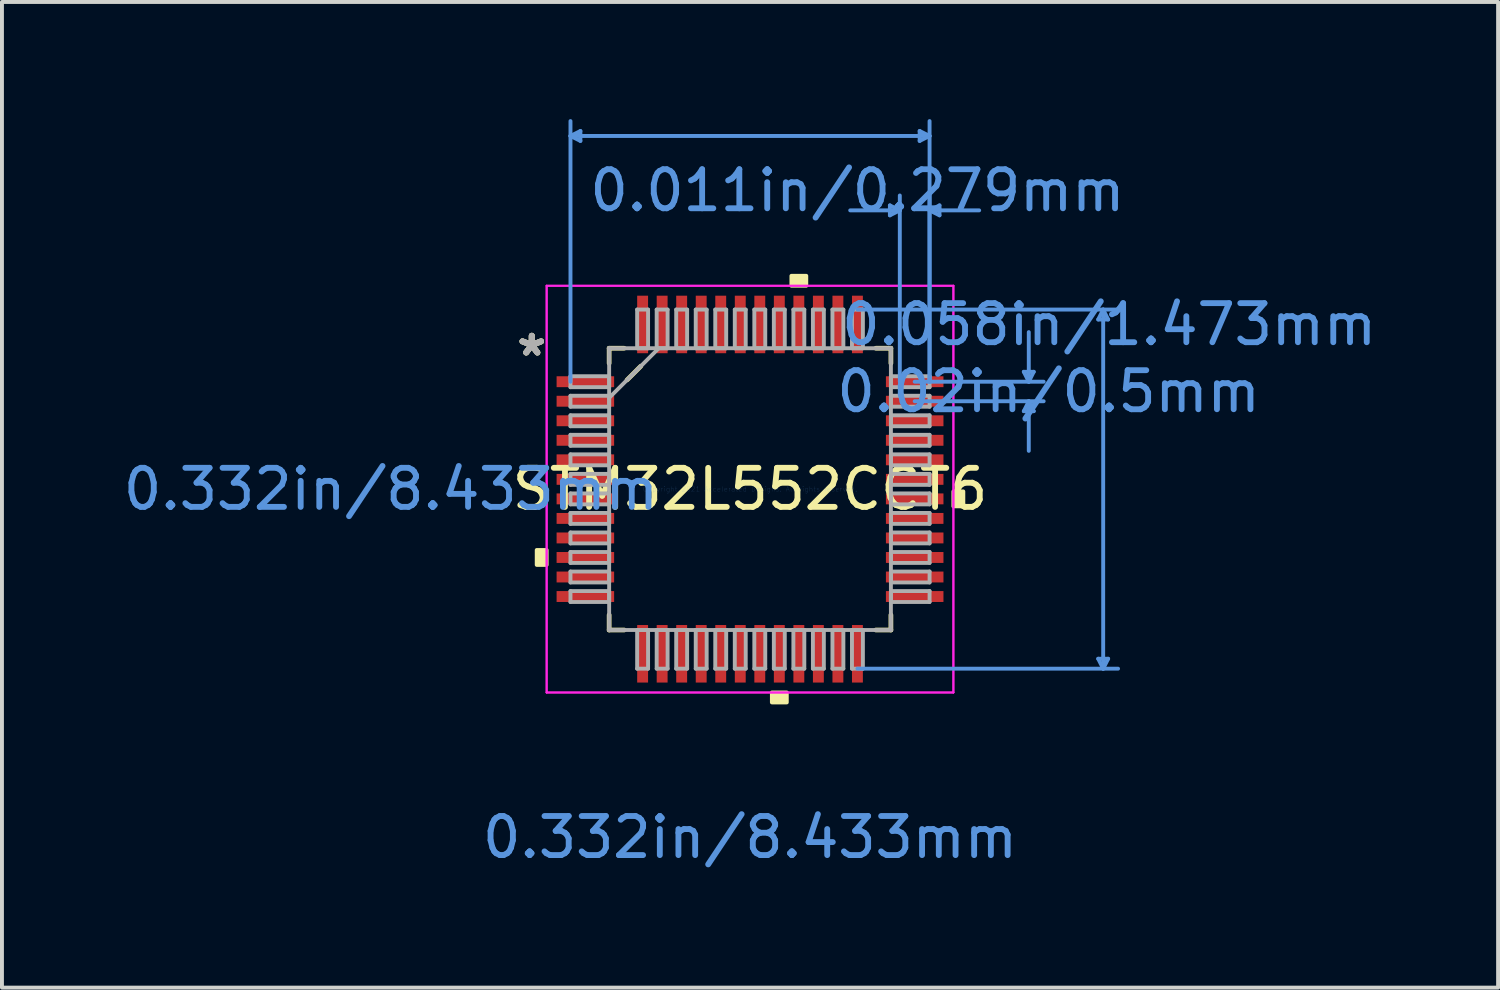
<source format=kicad_pcb>
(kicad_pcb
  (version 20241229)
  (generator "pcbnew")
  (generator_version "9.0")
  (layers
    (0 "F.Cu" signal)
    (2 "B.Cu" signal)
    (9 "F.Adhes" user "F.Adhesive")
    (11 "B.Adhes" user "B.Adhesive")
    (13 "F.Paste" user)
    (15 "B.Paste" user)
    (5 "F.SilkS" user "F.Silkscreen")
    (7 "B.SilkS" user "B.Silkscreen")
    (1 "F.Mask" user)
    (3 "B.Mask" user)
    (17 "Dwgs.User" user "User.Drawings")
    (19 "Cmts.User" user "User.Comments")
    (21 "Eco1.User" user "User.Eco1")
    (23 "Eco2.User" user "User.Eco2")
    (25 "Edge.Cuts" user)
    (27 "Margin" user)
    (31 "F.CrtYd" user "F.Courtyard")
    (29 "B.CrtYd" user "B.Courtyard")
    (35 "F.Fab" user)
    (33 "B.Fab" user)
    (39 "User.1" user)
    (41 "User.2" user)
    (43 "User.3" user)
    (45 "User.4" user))
  (footprint "STM32L552CCT6"
    (layer "F.Cu")
    (at 16.153 9.473)
    (property "Reference" "STM32L552CCT6" (at 0 0 0) (layer "F.SilkS") (effects (font (size 1 1) (thickness 0.15))))
    (attr through_hole)
    (fp_line (start -3.607 -3.607) (end -3.607 -3.222) (stroke (width 0.12) (type solid)) (layer "F.SilkS"))
    (fp_line (start -3.607 3.222) (end -3.607 3.607) (stroke (width 0.12) (type solid)) (layer "F.SilkS"))
    (fp_line (start -3.607 3.607) (end -3.222 3.607) (stroke (width 0.12) (type solid)) (layer "F.SilkS"))
    (fp_line (start -3.222 -3.607) (end -3.607 -3.607) (stroke (width 0.12) (type solid)) (layer "F.SilkS"))
    (fp_line (start -3.147 -2.797) (end -2.797 -3.147) (stroke (width 0.12) (type solid)) (layer "F.SilkS"))
    (fp_line (start 3.222 3.607) (end 3.607 3.607) (stroke (width 0.12) (type solid)) (layer "F.SilkS"))
    (fp_line (start 3.607 -3.607) (end 3.222 -3.607) (stroke (width 0.12) (type solid)) (layer "F.SilkS"))
    (fp_line (start 3.607 -3.222) (end 3.607 -3.607) (stroke (width 0.12) (type solid)) (layer "F.SilkS"))
    (fp_line (start 3.607 3.607) (end 3.607 3.222) (stroke (width 0.12) (type solid)) (layer "F.SilkS"))
    (fp_poly (pts (xy -5.461 1.559) (xy -5.461 1.94) (xy -5.207 1.94) (xy -5.207 1.559)) (stroke (width 0.1) (type solid)) (fill yes) (layer "F.SilkS"))
    (fp_poly (pts (xy 0.56 5.207) (xy 0.56 5.461) (xy 0.941 5.461) (xy 0.941 5.207)) (stroke (width 0.1) (type solid)) (fill yes) (layer "F.SilkS"))
    (fp_poly (pts (xy 1.06 -5.207) (xy 1.06 -5.461) (xy 1.44 -5.461) (xy 1.44 -5.207)) (stroke (width 0.1) (type solid)) (fill yes) (layer "F.SilkS"))
    (fp_poly (pts (xy 5.461 0.059) (xy 5.461 0.441) (xy 5.207 0.441) (xy 5.207 0.059)) (stroke (width 0.1) (type solid)) (fill yes) (layer "F.SilkS"))
    (fp_line (start -4.597 -9.042) (end -4.343 -9.169) (stroke (width 0.1) (type solid)) (layer "Cmts.User"))
    (fp_line (start -4.597 -9.042) (end -4.343 -8.915) (stroke (width 0.1) (type solid)) (layer "Cmts.User"))
    (fp_line (start -4.597 -9.042) (end 4.597 -9.042) (stroke (width 0.1) (type solid)) (layer "Cmts.User"))
    (fp_line (start -4.597 -2.75) (end -4.597 -9.423) (stroke (width 0.1) (type solid)) (layer "Cmts.User"))
    (fp_line (start -4.343 -9.169) (end -4.343 -8.915) (stroke (width 0.1) (type solid)) (layer "Cmts.User"))
    (fp_line (start 2.75 -4.597) (end 9.423 -4.597) (stroke (width 0.1) (type solid)) (layer "Cmts.User"))
    (fp_line (start 2.75 4.597) (end 9.423 4.597) (stroke (width 0.1) (type solid)) (layer "Cmts.User"))
    (fp_line (start 3.581 -7.264) (end 3.581 -7.01) (stroke (width 0.1) (type solid)) (layer "Cmts.User"))
    (fp_line (start 3.835 -7.137) (end 2.565 -7.137) (stroke (width 0.1) (type solid)) (layer "Cmts.User"))
    (fp_line (start 3.835 -7.137) (end 3.581 -7.264) (stroke (width 0.1) (type solid)) (layer "Cmts.User"))
    (fp_line (start 3.835 -7.137) (end 3.581 -7.01) (stroke (width 0.1) (type solid)) (layer "Cmts.User"))
    (fp_line (start 3.835 -2.75) (end 3.835 -7.518) (stroke (width 0.1) (type solid)) (layer "Cmts.User"))
    (fp_line (start 4.216 -2.75) (end 7.518 -2.75) (stroke (width 0.1) (type solid)) (layer "Cmts.User"))
    (fp_line (start 4.216 -2.25) (end 7.518 -2.25) (stroke (width 0.1) (type solid)) (layer "Cmts.User"))
    (fp_line (start 4.343 -9.169) (end 4.343 -8.915) (stroke (width 0.1) (type solid)) (layer "Cmts.User"))
    (fp_line (start 4.597 -9.042) (end 4.343 -9.169) (stroke (width 0.1) (type solid)) (layer "Cmts.User"))
    (fp_line (start 4.597 -9.042) (end 4.343 -8.915) (stroke (width 0.1) (type solid)) (layer "Cmts.User"))
    (fp_line (start 4.597 -7.137) (end 4.851 -7.264) (stroke (width 0.1) (type solid)) (layer "Cmts.User"))
    (fp_line (start 4.597 -7.137) (end 4.851 -7.01) (stroke (width 0.1) (type solid)) (layer "Cmts.User"))
    (fp_line (start 4.597 -7.137) (end 5.867 -7.137) (stroke (width 0.1) (type solid)) (layer "Cmts.User"))
    (fp_line (start 4.597 -2.75) (end 4.597 -9.423) (stroke (width 0.1) (type solid)) (layer "Cmts.User"))
    (fp_line (start 4.597 -2.75) (end 4.597 -7.518) (stroke (width 0.1) (type solid)) (layer "Cmts.User"))
    (fp_line (start 4.851 -7.264) (end 4.851 -7.01) (stroke (width 0.1) (type solid)) (layer "Cmts.User"))
    (fp_line (start 7.01 -3.004) (end 7.264 -3.004) (stroke (width 0.1) (type solid)) (layer "Cmts.User"))
    (fp_line (start 7.01 -1.996) (end 7.264 -1.996) (stroke (width 0.1) (type solid)) (layer "Cmts.User"))
    (fp_line (start 7.137 -2.75) (end 7.01 -3.004) (stroke (width 0.1) (type solid)) (layer "Cmts.User"))
    (fp_line (start 7.137 -2.75) (end 7.137 -4.02) (stroke (width 0.1) (type solid)) (layer "Cmts.User"))
    (fp_line (start 7.137 -2.75) (end 7.264 -3.004) (stroke (width 0.1) (type solid)) (layer "Cmts.User"))
    (fp_line (start 7.137 -2.25) (end 7.01 -1.996) (stroke (width 0.1) (type solid)) (layer "Cmts.User"))
    (fp_line (start 7.137 -2.25) (end 7.137 -0.98) (stroke (width 0.1) (type solid)) (layer "Cmts.User"))
    (fp_line (start 7.137 -2.25) (end 7.264 -1.996) (stroke (width 0.1) (type solid)) (layer "Cmts.User"))
    (fp_line (start 8.915 -4.343) (end 9.169 -4.343) (stroke (width 0.1) (type solid)) (layer "Cmts.User"))
    (fp_line (start 8.915 4.343) (end 9.169 4.343) (stroke (width 0.1) (type solid)) (layer "Cmts.User"))
    (fp_line (start 9.042 -4.597) (end 8.915 -4.343) (stroke (width 0.1) (type solid)) (layer "Cmts.User"))
    (fp_line (start 9.042 -4.597) (end 9.042 4.597) (stroke (width 0.1) (type solid)) (layer "Cmts.User"))
    (fp_line (start 9.042 -4.597) (end 9.169 -4.343) (stroke (width 0.1) (type solid)) (layer "Cmts.User"))
    (fp_line (start 9.042 4.597) (end 8.915 4.343) (stroke (width 0.1) (type solid)) (layer "Cmts.User"))
    (fp_line (start 9.042 4.597) (end 9.169 4.343) (stroke (width 0.1) (type solid)) (layer "Cmts.User"))
    (fp_line (start -5.207 -5.207) (end 5.207 -5.207) (stroke (width 0.05) (type solid)) (layer "F.CrtYd"))
    (fp_line (start -5.207 -5.207) (end 5.207 -5.207) (stroke (width 0.05) (type solid)) (layer "F.CrtYd"))
    (fp_line (start -5.207 5.207) (end -5.207 -5.207) (stroke (width 0.05) (type solid)) (layer "F.CrtYd"))
    (fp_line (start -5.207 5.207) (end -5.207 -5.207) (stroke (width 0.05) (type solid)) (layer "F.CrtYd"))
    (fp_line (start 5.207 -5.207) (end 5.207 5.207) (stroke (width 0.05) (type solid)) (layer "F.CrtYd"))
    (fp_line (start 5.207 -5.207) (end 5.207 5.207) (stroke (width 0.05) (type solid)) (layer "F.CrtYd"))
    (fp_line (start 5.207 5.207) (end -5.207 5.207) (stroke (width 0.05) (type solid)) (layer "F.CrtYd"))
    (fp_line (start 5.207 5.207) (end -5.207 5.207) (stroke (width 0.05) (type solid)) (layer "F.CrtYd"))
    (fp_line (start -4.597 -2.89) (end -4.597 -2.61) (stroke (width 0.1) (type solid)) (layer "F.Fab"))
    (fp_line (start -4.597 -2.61) (end -3.607 -2.61) (stroke (width 0.1) (type solid)) (layer "F.Fab"))
    (fp_line (start -4.597 -2.39) (end -4.597 -2.11) (stroke (width 0.1) (type solid)) (layer "F.Fab"))
    (fp_line (start -4.597 -2.11) (end -3.607 -2.11) (stroke (width 0.1) (type solid)) (layer "F.Fab"))
    (fp_line (start -4.597 -1.89) (end -4.597 -1.61) (stroke (width 0.1) (type solid)) (layer "F.Fab"))
    (fp_line (start -4.597 -1.61) (end -3.607 -1.61) (stroke (width 0.1) (type solid)) (layer "F.Fab"))
    (fp_line (start -4.597 -1.39) (end -4.597 -1.11) (stroke (width 0.1) (type solid)) (layer "F.Fab"))
    (fp_line (start -4.597 -1.11) (end -3.607 -1.11) (stroke (width 0.1) (type solid)) (layer "F.Fab"))
    (fp_line (start -4.597 -0.89) (end -4.597 -0.61) (stroke (width 0.1) (type solid)) (layer "F.Fab"))
    (fp_line (start -4.597 -0.61) (end -3.607 -0.61) (stroke (width 0.1) (type solid)) (layer "F.Fab"))
    (fp_line (start -4.597 -0.39) (end -4.597 -0.11) (stroke (width 0.1) (type solid)) (layer "F.Fab"))
    (fp_line (start -4.597 -0.11) (end -3.607 -0.11) (stroke (width 0.1) (type solid)) (layer "F.Fab"))
    (fp_line (start -4.597 0.11) (end -4.597 0.39) (stroke (width 0.1) (type solid)) (layer "F.Fab"))
    (fp_line (start -4.597 0.39) (end -3.607 0.39) (stroke (width 0.1) (type solid)) (layer "F.Fab"))
    (fp_line (start -4.597 0.61) (end -4.597 0.89) (stroke (width 0.1) (type solid)) (layer "F.Fab"))
    (fp_line (start -4.597 0.89) (end -3.607 0.89) (stroke (width 0.1) (type solid)) (layer "F.Fab"))
    (fp_line (start -4.597 1.11) (end -4.597 1.39) (stroke (width 0.1) (type solid)) (layer "F.Fab"))
    (fp_line (start -4.597 1.39) (end -3.607 1.39) (stroke (width 0.1) (type solid)) (layer "F.Fab"))
    (fp_line (start -4.597 1.61) (end -4.597 1.89) (stroke (width 0.1) (type solid)) (layer "F.Fab"))
    (fp_line (start -4.597 1.89) (end -3.607 1.89) (stroke (width 0.1) (type solid)) (layer "F.Fab"))
    (fp_line (start -4.597 2.11) (end -4.597 2.39) (stroke (width 0.1) (type solid)) (layer "F.Fab"))
    (fp_line (start -4.597 2.39) (end -3.607 2.39) (stroke (width 0.1) (type solid)) (layer "F.Fab"))
    (fp_line (start -4.597 2.61) (end -4.597 2.89) (stroke (width 0.1) (type solid)) (layer "F.Fab"))
    (fp_line (start -4.597 2.89) (end -3.607 2.89) (stroke (width 0.1) (type solid)) (layer "F.Fab"))
    (fp_line (start -3.607 -3.607) (end -3.607 -3.607) (stroke (width 0.1) (type solid)) (layer "F.Fab"))
    (fp_line (start -3.607 -3.607) (end -3.607 3.607) (stroke (width 0.1) (type solid)) (layer "F.Fab"))
    (fp_line (start -3.607 -2.89) (end -4.597 -2.89) (stroke (width 0.1) (type solid)) (layer "F.Fab"))
    (fp_line (start -3.607 -2.61) (end -3.607 -2.89) (stroke (width 0.1) (type solid)) (layer "F.Fab"))
    (fp_line (start -3.607 -2.39) (end -4.597 -2.39) (stroke (width 0.1) (type solid)) (layer "F.Fab"))
    (fp_line (start -3.607 -2.337) (end -2.337 -3.607) (stroke (width 0.1) (type solid)) (layer "F.Fab"))
    (fp_line (start -3.607 -2.11) (end -3.607 -2.39) (stroke (width 0.1) (type solid)) (layer "F.Fab"))
    (fp_line (start -3.607 -1.89) (end -4.597 -1.89) (stroke (width 0.1) (type solid)) (layer "F.Fab"))
    (fp_line (start -3.607 -1.61) (end -3.607 -1.89) (stroke (width 0.1) (type solid)) (layer "F.Fab"))
    (fp_line (start -3.607 -1.39) (end -4.597 -1.39) (stroke (width 0.1) (type solid)) (layer "F.Fab"))
    (fp_line (start -3.607 -1.11) (end -3.607 -1.39) (stroke (width 0.1) (type solid)) (layer "F.Fab"))
    (fp_line (start -3.607 -0.89) (end -4.597 -0.89) (stroke (width 0.1) (type solid)) (layer "F.Fab"))
    (fp_line (start -3.607 -0.61) (end -3.607 -0.89) (stroke (width 0.1) (type solid)) (layer "F.Fab"))
    (fp_line (start -3.607 -0.39) (end -4.597 -0.39) (stroke (width 0.1) (type solid)) (layer "F.Fab"))
    (fp_line (start -3.607 -0.11) (end -3.607 -0.39) (stroke (width 0.1) (type solid)) (layer "F.Fab"))
    (fp_line (start -3.607 0.11) (end -4.597 0.11) (stroke (width 0.1) (type solid)) (layer "F.Fab"))
    (fp_line (start -3.607 0.39) (end -3.607 0.11) (stroke (width 0.1) (type solid)) (layer "F.Fab"))
    (fp_line (start -3.607 0.61) (end -4.597 0.61) (stroke (width 0.1) (type solid)) (layer "F.Fab"))
    (fp_line (start -3.607 0.89) (end -3.607 0.61) (stroke (width 0.1) (type solid)) (layer "F.Fab"))
    (fp_line (start -3.607 1.11) (end -4.597 1.11) (stroke (width 0.1) (type solid)) (layer "F.Fab"))
    (fp_line (start -3.607 1.39) (end -3.607 1.11) (stroke (width 0.1) (type solid)) (layer "F.Fab"))
    (fp_line (start -3.607 1.61) (end -4.597 1.61) (stroke (width 0.1) (type solid)) (layer "F.Fab"))
    (fp_line (start -3.607 1.89) (end -3.607 1.61) (stroke (width 0.1) (type solid)) (layer "F.Fab"))
    (fp_line (start -3.607 2.11) (end -4.597 2.11) (stroke (width 0.1) (type solid)) (layer "F.Fab"))
    (fp_line (start -3.607 2.39) (end -3.607 2.11) (stroke (width 0.1) (type solid)) (layer "F.Fab"))
    (fp_line (start -3.607 2.61) (end -4.597 2.61) (stroke (width 0.1) (type solid)) (layer "F.Fab"))
    (fp_line (start -3.607 2.89) (end -3.607 2.61) (stroke (width 0.1) (type solid)) (layer "F.Fab"))
    (fp_line (start -3.607 3.607) (end -3.607 3.607) (stroke (width 0.1) (type solid)) (layer "F.Fab"))
    (fp_line (start -3.607 3.607) (end 3.607 3.607) (stroke (width 0.1) (type solid)) (layer "F.Fab"))
    (fp_line (start -2.89 -4.597) (end -2.89 -3.607) (stroke (width 0.1) (type solid)) (layer "F.Fab"))
    (fp_line (start -2.89 -3.607) (end -2.61 -3.607) (stroke (width 0.1) (type solid)) (layer "F.Fab"))
    (fp_line (start -2.89 3.607) (end -2.89 4.597) (stroke (width 0.1) (type solid)) (layer "F.Fab"))
    (fp_line (start -2.89 4.597) (end -2.61 4.597) (stroke (width 0.1) (type solid)) (layer "F.Fab"))
    (fp_line (start -2.61 -4.597) (end -2.89 -4.597) (stroke (width 0.1) (type solid)) (layer "F.Fab"))
    (fp_line (start -2.61 -3.607) (end -2.61 -4.597) (stroke (width 0.1) (type solid)) (layer "F.Fab"))
    (fp_line (start -2.61 3.607) (end -2.89 3.607) (stroke (width 0.1) (type solid)) (layer "F.Fab"))
    (fp_line (start -2.61 4.597) (end -2.61 3.607) (stroke (width 0.1) (type solid)) (layer "F.Fab"))
    (fp_line (start -2.39 -4.597) (end -2.39 -3.607) (stroke (width 0.1) (type solid)) (layer "F.Fab"))
    (fp_line (start -2.39 -3.607) (end -2.11 -3.607) (stroke (width 0.1) (type solid)) (layer "F.Fab"))
    (fp_line (start -2.39 3.607) (end -2.39 4.597) (stroke (width 0.1) (type solid)) (layer "F.Fab"))
    (fp_line (start -2.39 4.597) (end -2.11 4.597) (stroke (width 0.1) (type solid)) (layer "F.Fab"))
    (fp_line (start -2.11 -4.597) (end -2.39 -4.597) (stroke (width 0.1) (type solid)) (layer "F.Fab"))
    (fp_line (start -2.11 -3.607) (end -2.11 -4.597) (stroke (width 0.1) (type solid)) (layer "F.Fab"))
    (fp_line (start -2.11 3.607) (end -2.39 3.607) (stroke (width 0.1) (type solid)) (layer "F.Fab"))
    (fp_line (start -2.11 4.597) (end -2.11 3.607) (stroke (width 0.1) (type solid)) (layer "F.Fab"))
    (fp_line (start -1.89 -4.597) (end -1.89 -3.607) (stroke (width 0.1) (type solid)) (layer "F.Fab"))
    (fp_line (start -1.89 -3.607) (end -1.61 -3.607) (stroke (width 0.1) (type solid)) (layer "F.Fab"))
    (fp_line (start -1.89 3.607) (end -1.89 4.597) (stroke (width 0.1) (type solid)) (layer "F.Fab"))
    (fp_line (start -1.89 4.597) (end -1.61 4.597) (stroke (width 0.1) (type solid)) (layer "F.Fab"))
    (fp_line (start -1.61 -4.597) (end -1.89 -4.597) (stroke (width 0.1) (type solid)) (layer "F.Fab"))
    (fp_line (start -1.61 -3.607) (end -1.61 -4.597) (stroke (width 0.1) (type solid)) (layer "F.Fab"))
    (fp_line (start -1.61 3.607) (end -1.89 3.607) (stroke (width 0.1) (type solid)) (layer "F.Fab"))
    (fp_line (start -1.61 4.597) (end -1.61 3.607) (stroke (width 0.1) (type solid)) (layer "F.Fab"))
    (fp_line (start -1.39 -4.597) (end -1.39 -3.607) (stroke (width 0.1) (type solid)) (layer "F.Fab"))
    (fp_line (start -1.39 -3.607) (end -1.11 -3.607) (stroke (width 0.1) (type solid)) (layer "F.Fab"))
    (fp_line (start -1.39 3.607) (end -1.39 4.597) (stroke (width 0.1) (type solid)) (layer "F.Fab"))
    (fp_line (start -1.39 4.597) (end -1.11 4.597) (stroke (width 0.1) (type solid)) (layer "F.Fab"))
    (fp_line (start -1.11 -4.597) (end -1.39 -4.597) (stroke (width 0.1) (type solid)) (layer "F.Fab"))
    (fp_line (start -1.11 -3.607) (end -1.11 -4.597) (stroke (width 0.1) (type solid)) (layer "F.Fab"))
    (fp_line (start -1.11 3.607) (end -1.39 3.607) (stroke (width 0.1) (type solid)) (layer "F.Fab"))
    (fp_line (start -1.11 4.597) (end -1.11 3.607) (stroke (width 0.1) (type solid)) (layer "F.Fab"))
    (fp_line (start -0.89 -4.597) (end -0.89 -3.607) (stroke (width 0.1) (type solid)) (layer "F.Fab"))
    (fp_line (start -0.89 -3.607) (end -0.61 -3.607) (stroke (width 0.1) (type solid)) (layer "F.Fab"))
    (fp_line (start -0.89 3.607) (end -0.89 4.597) (stroke (width 0.1) (type solid)) (layer "F.Fab"))
    (fp_line (start -0.89 4.597) (end -0.61 4.597) (stroke (width 0.1) (type solid)) (layer "F.Fab"))
    (fp_line (start -0.61 -4.597) (end -0.89 -4.597) (stroke (width 0.1) (type solid)) (layer "F.Fab"))
    (fp_line (start -0.61 -3.607) (end -0.61 -4.597) (stroke (width 0.1) (type solid)) (layer "F.Fab"))
    (fp_line (start -0.61 3.607) (end -0.89 3.607) (stroke (width 0.1) (type solid)) (layer "F.Fab"))
    (fp_line (start -0.61 4.597) (end -0.61 3.607) (stroke (width 0.1) (type solid)) (layer "F.Fab"))
    (fp_line (start -0.39 -4.597) (end -0.39 -3.607) (stroke (width 0.1) (type solid)) (layer "F.Fab"))
    (fp_line (start -0.39 -3.607) (end -0.11 -3.607) (stroke (width 0.1) (type solid)) (layer "F.Fab"))
    (fp_line (start -0.39 3.607) (end -0.39 4.597) (stroke (width 0.1) (type solid)) (layer "F.Fab"))
    (fp_line (start -0.39 4.597) (end -0.11 4.597) (stroke (width 0.1) (type solid)) (layer "F.Fab"))
    (fp_line (start -0.11 -4.597) (end -0.39 -4.597) (stroke (width 0.1) (type solid)) (layer "F.Fab"))
    (fp_line (start -0.11 -3.607) (end -0.11 -4.597) (stroke (width 0.1) (type solid)) (layer "F.Fab"))
    (fp_line (start -0.11 3.607) (end -0.39 3.607) (stroke (width 0.1) (type solid)) (layer "F.Fab"))
    (fp_line (start -0.11 4.597) (end -0.11 3.607) (stroke (width 0.1) (type solid)) (layer "F.Fab"))
    (fp_line (start 0.11 -4.597) (end 0.11 -3.607) (stroke (width 0.1) (type solid)) (layer "F.Fab"))
    (fp_line (start 0.11 -3.607) (end 0.39 -3.607) (stroke (width 0.1) (type solid)) (layer "F.Fab"))
    (fp_line (start 0.11 3.607) (end 0.11 4.597) (stroke (width 0.1) (type solid)) (layer "F.Fab"))
    (fp_line (start 0.11 4.597) (end 0.39 4.597) (stroke (width 0.1) (type solid)) (layer "F.Fab"))
    (fp_line (start 0.39 -4.597) (end 0.11 -4.597) (stroke (width 0.1) (type solid)) (layer "F.Fab"))
    (fp_line (start 0.39 -3.607) (end 0.39 -4.597) (stroke (width 0.1) (type solid)) (layer "F.Fab"))
    (fp_line (start 0.39 3.607) (end 0.11 3.607) (stroke (width 0.1) (type solid)) (layer "F.Fab"))
    (fp_line (start 0.39 4.597) (end 0.39 3.607) (stroke (width 0.1) (type solid)) (layer "F.Fab"))
    (fp_line (start 0.61 -4.597) (end 0.61 -3.607) (stroke (width 0.1) (type solid)) (layer "F.Fab"))
    (fp_line (start 0.61 -3.607) (end 0.89 -3.607) (stroke (width 0.1) (type solid)) (layer "F.Fab"))
    (fp_line (start 0.61 3.607) (end 0.61 4.597) (stroke (width 0.1) (type solid)) (layer "F.Fab"))
    (fp_line (start 0.61 4.597) (end 0.89 4.597) (stroke (width 0.1) (type solid)) (layer "F.Fab"))
    (fp_line (start 0.89 -4.597) (end 0.61 -4.597) (stroke (width 0.1) (type solid)) (layer "F.Fab"))
    (fp_line (start 0.89 -3.607) (end 0.89 -4.597) (stroke (width 0.1) (type solid)) (layer "F.Fab"))
    (fp_line (start 0.89 3.607) (end 0.61 3.607) (stroke (width 0.1) (type solid)) (layer "F.Fab"))
    (fp_line (start 0.89 4.597) (end 0.89 3.607) (stroke (width 0.1) (type solid)) (layer "F.Fab"))
    (fp_line (start 1.11 -4.597) (end 1.11 -3.607) (stroke (width 0.1) (type solid)) (layer "F.Fab"))
    (fp_line (start 1.11 -3.607) (end 1.39 -3.607) (stroke (width 0.1) (type solid)) (layer "F.Fab"))
    (fp_line (start 1.11 3.607) (end 1.11 4.597) (stroke (width 0.1) (type solid)) (layer "F.Fab"))
    (fp_line (start 1.11 4.597) (end 1.39 4.597) (stroke (width 0.1) (type solid)) (layer "F.Fab"))
    (fp_line (start 1.39 -4.597) (end 1.11 -4.597) (stroke (width 0.1) (type solid)) (layer "F.Fab"))
    (fp_line (start 1.39 -3.607) (end 1.39 -4.597) (stroke (width 0.1) (type solid)) (layer "F.Fab"))
    (fp_line (start 1.39 3.607) (end 1.11 3.607) (stroke (width 0.1) (type solid)) (layer "F.Fab"))
    (fp_line (start 1.39 4.597) (end 1.39 3.607) (stroke (width 0.1) (type solid)) (layer "F.Fab"))
    (fp_line (start 1.61 -4.597) (end 1.61 -3.607) (stroke (width 0.1) (type solid)) (layer "F.Fab"))
    (fp_line (start 1.61 -3.607) (end 1.89 -3.607) (stroke (width 0.1) (type solid)) (layer "F.Fab"))
    (fp_line (start 1.61 3.607) (end 1.61 4.597) (stroke (width 0.1) (type solid)) (layer "F.Fab"))
    (fp_line (start 1.61 4.597) (end 1.89 4.597) (stroke (width 0.1) (type solid)) (layer "F.Fab"))
    (fp_line (start 1.89 -4.597) (end 1.61 -4.597) (stroke (width 0.1) (type solid)) (layer "F.Fab"))
    (fp_line (start 1.89 -3.607) (end 1.89 -4.597) (stroke (width 0.1) (type solid)) (layer "F.Fab"))
    (fp_line (start 1.89 3.607) (end 1.61 3.607) (stroke (width 0.1) (type solid)) (layer "F.Fab"))
    (fp_line (start 1.89 4.597) (end 1.89 3.607) (stroke (width 0.1) (type solid)) (layer "F.Fab"))
    (fp_line (start 2.11 -4.597) (end 2.11 -3.607) (stroke (width 0.1) (type solid)) (layer "F.Fab"))
    (fp_line (start 2.11 -3.607) (end 2.39 -3.607) (stroke (width 0.1) (type solid)) (layer "F.Fab"))
    (fp_line (start 2.11 3.607) (end 2.11 4.597) (stroke (width 0.1) (type solid)) (layer "F.Fab"))
    (fp_line (start 2.11 4.597) (end 2.39 4.597) (stroke (width 0.1) (type solid)) (layer "F.Fab"))
    (fp_line (start 2.39 -4.597) (end 2.11 -4.597) (stroke (width 0.1) (type solid)) (layer "F.Fab"))
    (fp_line (start 2.39 -3.607) (end 2.39 -4.597) (stroke (width 0.1) (type solid)) (layer "F.Fab"))
    (fp_line (start 2.39 3.607) (end 2.11 3.607) (stroke (width 0.1) (type solid)) (layer "F.Fab"))
    (fp_line (start 2.39 4.597) (end 2.39 3.607) (stroke (width 0.1) (type solid)) (layer "F.Fab"))
    (fp_line (start 2.61 -4.597) (end 2.61 -3.607) (stroke (width 0.1) (type solid)) (layer "F.Fab"))
    (fp_line (start 2.61 -3.607) (end 2.89 -3.607) (stroke (width 0.1) (type solid)) (layer "F.Fab"))
    (fp_line (start 2.61 3.607) (end 2.61 4.597) (stroke (width 0.1) (type solid)) (layer "F.Fab"))
    (fp_line (start 2.61 4.597) (end 2.89 4.597) (stroke (width 0.1) (type solid)) (layer "F.Fab"))
    (fp_line (start 2.89 -4.597) (end 2.61 -4.597) (stroke (width 0.1) (type solid)) (layer "F.Fab"))
    (fp_line (start 2.89 -3.607) (end 2.89 -4.597) (stroke (width 0.1) (type solid)) (layer "F.Fab"))
    (fp_line (start 2.89 3.607) (end 2.61 3.607) (stroke (width 0.1) (type solid)) (layer "F.Fab"))
    (fp_line (start 2.89 4.597) (end 2.89 3.607) (stroke (width 0.1) (type solid)) (layer "F.Fab"))
    (fp_line (start 3.607 -3.607) (end -3.607 -3.607) (stroke (width 0.1) (type solid)) (layer "F.Fab"))
    (fp_line (start 3.607 -3.607) (end 3.607 -3.607) (stroke (width 0.1) (type solid)) (layer "F.Fab"))
    (fp_line (start 3.607 -2.89) (end 3.607 -2.61) (stroke (width 0.1) (type solid)) (layer "F.Fab"))
    (fp_line (start 3.607 -2.61) (end 4.597 -2.61) (stroke (width 0.1) (type solid)) (layer "F.Fab"))
    (fp_line (start 3.607 -2.39) (end 3.607 -2.11) (stroke (width 0.1) (type solid)) (layer "F.Fab"))
    (fp_line (start 3.607 -2.11) (end 4.597 -2.11) (stroke (width 0.1) (type solid)) (layer "F.Fab"))
    (fp_line (start 3.607 -1.89) (end 3.607 -1.61) (stroke (width 0.1) (type solid)) (layer "F.Fab"))
    (fp_line (start 3.607 -1.61) (end 4.597 -1.61) (stroke (width 0.1) (type solid)) (layer "F.Fab"))
    (fp_line (start 3.607 -1.39) (end 3.607 -1.11) (stroke (width 0.1) (type solid)) (layer "F.Fab"))
    (fp_line (start 3.607 -1.11) (end 4.597 -1.11) (stroke (width 0.1) (type solid)) (layer "F.Fab"))
    (fp_line (start 3.607 -0.89) (end 3.607 -0.61) (stroke (width 0.1) (type solid)) (layer "F.Fab"))
    (fp_line (start 3.607 -0.61) (end 4.597 -0.61) (stroke (width 0.1) (type solid)) (layer "F.Fab"))
    (fp_line (start 3.607 -0.39) (end 3.607 -0.11) (stroke (width 0.1) (type solid)) (layer "F.Fab"))
    (fp_line (start 3.607 -0.11) (end 4.597 -0.11) (stroke (width 0.1) (type solid)) (layer "F.Fab"))
    (fp_line (start 3.607 0.11) (end 3.607 0.39) (stroke (width 0.1) (type solid)) (layer "F.Fab"))
    (fp_line (start 3.607 0.39) (end 4.597 0.39) (stroke (width 0.1) (type solid)) (layer "F.Fab"))
    (fp_line (start 3.607 0.61) (end 3.607 0.89) (stroke (width 0.1) (type solid)) (layer "F.Fab"))
    (fp_line (start 3.607 0.89) (end 4.597 0.89) (stroke (width 0.1) (type solid)) (layer "F.Fab"))
    (fp_line (start 3.607 1.11) (end 3.607 1.39) (stroke (width 0.1) (type solid)) (layer "F.Fab"))
    (fp_line (start 3.607 1.39) (end 4.597 1.39) (stroke (width 0.1) (type solid)) (layer "F.Fab"))
    (fp_line (start 3.607 1.61) (end 3.607 1.89) (stroke (width 0.1) (type solid)) (layer "F.Fab"))
    (fp_line (start 3.607 1.89) (end 4.597 1.89) (stroke (width 0.1) (type solid)) (layer "F.Fab"))
    (fp_line (start 3.607 2.11) (end 3.607 2.39) (stroke (width 0.1) (type solid)) (layer "F.Fab"))
    (fp_line (start 3.607 2.39) (end 4.597 2.39) (stroke (width 0.1) (type solid)) (layer "F.Fab"))
    (fp_line (start 3.607 2.61) (end 3.607 2.89) (stroke (width 0.1) (type solid)) (layer "F.Fab"))
    (fp_line (start 3.607 2.89) (end 4.597 2.89) (stroke (width 0.1) (type solid)) (layer "F.Fab"))
    (fp_line (start 3.607 3.607) (end 3.607 -3.607) (stroke (width 0.1) (type solid)) (layer "F.Fab"))
    (fp_line (start 3.607 3.607) (end 3.607 3.607) (stroke (width 0.1) (type solid)) (layer "F.Fab"))
    (fp_line (start 4.597 -2.89) (end 3.607 -2.89) (stroke (width 0.1) (type solid)) (layer "F.Fab"))
    (fp_line (start 4.597 -2.61) (end 4.597 -2.89) (stroke (width 0.1) (type solid)) (layer "F.Fab"))
    (fp_line (start 4.597 -2.39) (end 3.607 -2.39) (stroke (width 0.1) (type solid)) (layer "F.Fab"))
    (fp_line (start 4.597 -2.11) (end 4.597 -2.39) (stroke (width 0.1) (type solid)) (layer "F.Fab"))
    (fp_line (start 4.597 -1.89) (end 3.607 -1.89) (stroke (width 0.1) (type solid)) (layer "F.Fab"))
    (fp_line (start 4.597 -1.61) (end 4.597 -1.89) (stroke (width 0.1) (type solid)) (layer "F.Fab"))
    (fp_line (start 4.597 -1.39) (end 3.607 -1.39) (stroke (width 0.1) (type solid)) (layer "F.Fab"))
    (fp_line (start 4.597 -1.11) (end 4.597 -1.39) (stroke (width 0.1) (type solid)) (layer "F.Fab"))
    (fp_line (start 4.597 -0.89) (end 3.607 -0.89) (stroke (width 0.1) (type solid)) (layer "F.Fab"))
    (fp_line (start 4.597 -0.61) (end 4.597 -0.89) (stroke (width 0.1) (type solid)) (layer "F.Fab"))
    (fp_line (start 4.597 -0.39) (end 3.607 -0.39) (stroke (width 0.1) (type solid)) (layer "F.Fab"))
    (fp_line (start 4.597 -0.11) (end 4.597 -0.39) (stroke (width 0.1) (type solid)) (layer "F.Fab"))
    (fp_line (start 4.597 0.11) (end 3.607 0.11) (stroke (width 0.1) (type solid)) (layer "F.Fab"))
    (fp_line (start 4.597 0.39) (end 4.597 0.11) (stroke (width 0.1) (type solid)) (layer "F.Fab"))
    (fp_line (start 4.597 0.61) (end 3.607 0.61) (stroke (width 0.1) (type solid)) (layer "F.Fab"))
    (fp_line (start 4.597 0.89) (end 4.597 0.61) (stroke (width 0.1) (type solid)) (layer "F.Fab"))
    (fp_line (start 4.597 1.11) (end 3.607 1.11) (stroke (width 0.1) (type solid)) (layer "F.Fab"))
    (fp_line (start 4.597 1.39) (end 4.597 1.11) (stroke (width 0.1) (type solid)) (layer "F.Fab"))
    (fp_line (start 4.597 1.61) (end 3.607 1.61) (stroke (width 0.1) (type solid)) (layer "F.Fab"))
    (fp_line (start 4.597 1.89) (end 4.597 1.61) (stroke (width 0.1) (type solid)) (layer "F.Fab"))
    (fp_line (start 4.597 2.11) (end 3.607 2.11) (stroke (width 0.1) (type solid)) (layer "F.Fab"))
    (fp_line (start 4.597 2.39) (end 4.597 2.11) (stroke (width 0.1) (type solid)) (layer "F.Fab"))
    (fp_line (start 4.597 2.61) (end 3.607 2.61) (stroke (width 0.1) (type solid)) (layer "F.Fab"))
    (fp_line (start 4.597 2.89) (end 4.597 2.61) (stroke (width 0.1) (type solid)) (layer "F.Fab"))
    (fp_text user "*" (at -5.588 -3.381 0) (layer "F.SilkS") (effects (font (size 1 1) (thickness 0.15))))
    (fp_text user "*" (at -5.588 -3.381 0) (layer "F.SilkS") (effects (font (size 1 1) (thickness 0.15))))
    (fp_text user "0.058in/1.473mm" (at 9.195 -4.216 0) (layer "Cmts.User") (effects (font (size 1 1) (thickness 0.15))))
    (fp_text user "0.011in/0.279mm" (at 2.75 -7.645 0) (layer "Cmts.User") (effects (font (size 1 1) (thickness 0.15))))
    (fp_text user "0.02in/0.5mm" (at 7.645 -2.5 0) (layer "Cmts.User") (effects (font (size 1 1) (thickness 0.15))))
    (fp_text user "Copyright 2021 Accelerated Designs. All rights reserved." (at 0 0 0) (layer "Cmts.User") (effects (font (size 0.127 0.127) (thickness 0.002))))
    (fp_text user "0.332in/8.433mm" (at 0 8.915 0) (layer "Cmts.User") (effects (font (size 1 1) (thickness 0.15))))
    (fp_text user "0.332in/8.433mm" (at -9.195 0 0) (layer "Cmts.User") (effects (font (size 1 1) (thickness 0.15))))
    (fp_text user "*" (at -5.588 -3.381 0) (layer "F.Fab") (effects (font (size 1 1) (thickness 0.15))))
    (fp_text user "*" (at -5.588 -3.381 0) (layer "F.Fab") (effects (font (size 1 1) (thickness 0.15))))
    (pad "1" smd rect (at -4.216 -2.75 90) (size 0.279 1.473) (layers "F.Cu" "F.Mask" "F.Paste"))
    (pad "2" smd rect (at -4.216 -2.25 90) (size 0.279 1.473) (layers "F.Cu" "F.Mask" "F.Paste"))
    (pad "3" smd rect (at -4.216 -1.75 90) (size 0.279 1.473) (layers "F.Cu" "F.Mask" "F.Paste"))
    (pad "4" smd rect (at -4.216 -1.25 90) (size 0.279 1.473) (layers "F.Cu" "F.Mask" "F.Paste"))
    (pad "5" smd rect (at -4.216 -0.75 90) (size 0.279 1.473) (layers "F.Cu" "F.Mask" "F.Paste"))
    (pad "6" smd rect (at -4.216 -0.25 90) (size 0.279 1.473) (layers "F.Cu" "F.Mask" "F.Paste"))
    (pad "7" smd rect (at -4.216 0.25 90) (size 0.279 1.473) (layers "F.Cu" "F.Mask" "F.Paste"))
    (pad "8" smd rect (at -4.216 0.75 90) (size 0.279 1.473) (layers "F.Cu" "F.Mask" "F.Paste"))
    (pad "9" smd rect (at -4.216 1.25 90) (size 0.279 1.473) (layers "F.Cu" "F.Mask" "F.Paste"))
    (pad "10" smd rect (at -4.216 1.75 90) (size 0.279 1.473) (layers "F.Cu" "F.Mask" "F.Paste"))
    (pad "11" smd rect (at -4.216 2.25 90) (size 0.279 1.473) (layers "F.Cu" "F.Mask" "F.Paste"))
    (pad "12" smd rect (at -4.216 2.75 90) (size 0.279 1.473) (layers "F.Cu" "F.Mask" "F.Paste"))
    (pad "13" smd rect (at -2.75 4.216) (size 0.279 1.473) (layers "F.Cu" "F.Mask" "F.Paste"))
    (pad "14" smd rect (at -2.25 4.216) (size 0.279 1.473) (layers "F.Cu" "F.Mask" "F.Paste"))
    (pad "15" smd rect (at -1.75 4.216) (size 0.279 1.473) (layers "F.Cu" "F.Mask" "F.Paste"))
    (pad "16" smd rect (at -1.25 4.216) (size 0.279 1.473) (layers "F.Cu" "F.Mask" "F.Paste"))
    (pad "17" smd rect (at -0.75 4.216) (size 0.279 1.473) (layers "F.Cu" "F.Mask" "F.Paste"))
    (pad "18" smd rect (at -0.25 4.216) (size 0.279 1.473) (layers "F.Cu" "F.Mask" "F.Paste"))
    (pad "19" smd rect (at 0.25 4.216) (size 0.279 1.473) (layers "F.Cu" "F.Mask" "F.Paste"))
    (pad "20" smd rect (at 0.75 4.216) (size 0.279 1.473) (layers "F.Cu" "F.Mask" "F.Paste"))
    (pad "21" smd rect (at 1.25 4.216) (size 0.279 1.473) (layers "F.Cu" "F.Mask" "F.Paste"))
    (pad "22" smd rect (at 1.75 4.216) (size 0.279 1.473) (layers "F.Cu" "F.Mask" "F.Paste"))
    (pad "23" smd rect (at 2.25 4.216) (size 0.279 1.473) (layers "F.Cu" "F.Mask" "F.Paste"))
    (pad "24" smd rect (at 2.75 4.216) (size 0.279 1.473) (layers "F.Cu" "F.Mask" "F.Paste"))
    (pad "25" smd rect (at 4.216 2.75 90) (size 0.279 1.473) (layers "F.Cu" "F.Mask" "F.Paste"))
    (pad "26" smd rect (at 4.216 2.25 90) (size 0.279 1.473) (layers "F.Cu" "F.Mask" "F.Paste"))
    (pad "27" smd rect (at 4.216 1.75 90) (size 0.279 1.473) (layers "F.Cu" "F.Mask" "F.Paste"))
    (pad "28" smd rect (at 4.216 1.25 90) (size 0.279 1.473) (layers "F.Cu" "F.Mask" "F.Paste"))
    (pad "29" smd rect (at 4.216 0.75 90) (size 0.279 1.473) (layers "F.Cu" "F.Mask" "F.Paste"))
    (pad "30" smd rect (at 4.216 0.25 90) (size 0.279 1.473) (layers "F.Cu" "F.Mask" "F.Paste"))
    (pad "31" smd rect (at 4.216 -0.25 90) (size 0.279 1.473) (layers "F.Cu" "F.Mask" "F.Paste"))
    (pad "32" smd rect (at 4.216 -0.75 90) (size 0.279 1.473) (layers "F.Cu" "F.Mask" "F.Paste"))
    (pad "33" smd rect (at 4.216 -1.25 90) (size 0.279 1.473) (layers "F.Cu" "F.Mask" "F.Paste"))
    (pad "34" smd rect (at 4.216 -1.75 90) (size 0.279 1.473) (layers "F.Cu" "F.Mask" "F.Paste"))
    (pad "35" smd rect (at 4.216 -2.25 90) (size 0.279 1.473) (layers "F.Cu" "F.Mask" "F.Paste"))
    (pad "36" smd rect (at 4.216 -2.75 90) (size 0.279 1.473) (layers "F.Cu" "F.Mask" "F.Paste"))
    (pad "37" smd rect (at 2.75 -4.216) (size 0.279 1.473) (layers "F.Cu" "F.Mask" "F.Paste"))
    (pad "38" smd rect (at 2.25 -4.216) (size 0.279 1.473) (layers "F.Cu" "F.Mask" "F.Paste"))
    (pad "39" smd rect (at 1.75 -4.216) (size 0.279 1.473) (layers "F.Cu" "F.Mask" "F.Paste"))
    (pad "40" smd rect (at 1.25 -4.216) (size 0.279 1.473) (layers "F.Cu" "F.Mask" "F.Paste"))
    (pad "41" smd rect (at 0.75 -4.216) (size 0.279 1.473) (layers "F.Cu" "F.Mask" "F.Paste"))
    (pad "42" smd rect (at 0.25 -4.216) (size 0.279 1.473) (layers "F.Cu" "F.Mask" "F.Paste"))
    (pad "43" smd rect (at -0.25 -4.216) (size 0.279 1.473) (layers "F.Cu" "F.Mask" "F.Paste"))
    (pad "44" smd rect (at -0.75 -4.216) (size 0.279 1.473) (layers "F.Cu" "F.Mask" "F.Paste"))
    (pad "45" smd rect (at -1.25 -4.216) (size 0.279 1.473) (layers "F.Cu" "F.Mask" "F.Paste"))
    (pad "46" smd rect (at -1.75 -4.216) (size 0.279 1.473) (layers "F.Cu" "F.Mask" "F.Paste"))
    (pad "47" smd rect (at -2.25 -4.216) (size 0.279 1.473) (layers "F.Cu" "F.Mask" "F.Paste"))
    (pad "48" smd rect (at -2.75 -4.216) (size 0.279 1.473) (layers "F.Cu" "F.Mask" "F.Paste")))
  (gr_rect
    (start -3 -3)
    (end 35.306 22.237)
    (stroke (width 0.1) (type default))
    (fill no)
    (layer "Edge.Cuts")))
</source>
